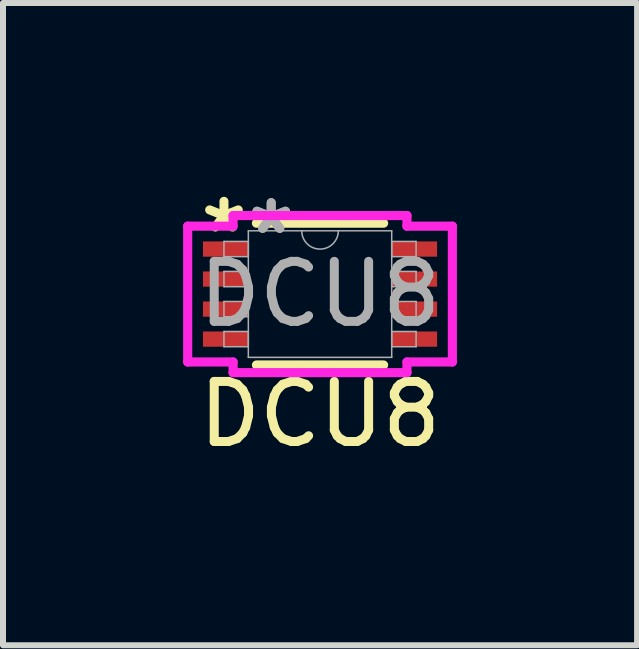
<source format=kicad_pcb>
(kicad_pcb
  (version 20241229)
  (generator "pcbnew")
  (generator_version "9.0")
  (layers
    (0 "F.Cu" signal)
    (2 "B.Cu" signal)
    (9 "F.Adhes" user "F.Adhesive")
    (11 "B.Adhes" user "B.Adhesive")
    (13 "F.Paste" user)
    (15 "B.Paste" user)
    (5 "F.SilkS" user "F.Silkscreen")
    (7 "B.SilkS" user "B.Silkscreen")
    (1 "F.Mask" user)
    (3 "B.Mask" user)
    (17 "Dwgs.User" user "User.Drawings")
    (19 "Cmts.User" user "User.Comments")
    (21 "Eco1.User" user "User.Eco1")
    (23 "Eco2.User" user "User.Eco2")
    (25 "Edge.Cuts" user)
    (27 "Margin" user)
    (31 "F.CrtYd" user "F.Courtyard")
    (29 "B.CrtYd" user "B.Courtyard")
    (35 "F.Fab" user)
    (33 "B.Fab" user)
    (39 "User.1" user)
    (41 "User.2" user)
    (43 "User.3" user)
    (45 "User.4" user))
  (footprint "DCU8"
    (layer "F.Cu")
    (at 2.28 1.848)
    (property "Reference" "DCU8" (at 0 2 0) (unlocked yes) (layer "F.SilkS") (effects (font (size 1 1) (thickness 0.15))))
    (attr smd)
    (fp_line (start -1.059 1.181) (end 1.059 1.181) (stroke (width 0.152) (type solid)) (layer "F.SilkS"))
    (fp_line (start 1.059 -1.181) (end -1.059 -1.181) (stroke (width 0.152) (type solid)) (layer "F.SilkS"))
    (fp_line (start -2.204 -1.131) (end -1.448 -1.131) (stroke (width 0.152) (type solid)) (layer "F.CrtYd"))
    (fp_line (start -2.204 1.131) (end -2.204 -1.131) (stroke (width 0.152) (type solid)) (layer "F.CrtYd"))
    (fp_line (start -2.204 1.131) (end -1.448 1.131) (stroke (width 0.152) (type solid)) (layer "F.CrtYd"))
    (fp_line (start -1.448 -1.308) (end 1.448 -1.308) (stroke (width 0.152) (type solid)) (layer "F.CrtYd"))
    (fp_line (start -1.448 -1.131) (end -1.448 -1.308) (stroke (width 0.152) (type solid)) (layer "F.CrtYd"))
    (fp_line (start -1.448 1.308) (end -1.448 1.131) (stroke (width 0.152) (type solid)) (layer "F.CrtYd"))
    (fp_line (start 1.448 -1.308) (end 1.448 -1.131) (stroke (width 0.152) (type solid)) (layer "F.CrtYd"))
    (fp_line (start 1.448 1.131) (end 1.448 1.308) (stroke (width 0.152) (type solid)) (layer "F.CrtYd"))
    (fp_line (start 1.448 1.308) (end -1.448 1.308) (stroke (width 0.152) (type solid)) (layer "F.CrtYd"))
    (fp_line (start 2.204 -1.131) (end 1.448 -1.131) (stroke (width 0.152) (type solid)) (layer "F.CrtYd"))
    (fp_line (start 2.204 -1.131) (end 2.204 1.131) (stroke (width 0.152) (type solid)) (layer "F.CrtYd"))
    (fp_line (start 2.204 1.131) (end 1.448 1.131) (stroke (width 0.152) (type solid)) (layer "F.CrtYd"))
    (fp_line (start -1.6 -0.877) (end -1.6 -0.623) (stroke (width 0.025) (type solid)) (layer "F.Fab"))
    (fp_line (start -1.6 -0.623) (end -1.194 -0.623) (stroke (width 0.025) (type solid)) (layer "F.Fab"))
    (fp_line (start -1.6 -0.377) (end -1.6 -0.123) (stroke (width 0.025) (type solid)) (layer "F.Fab"))
    (fp_line (start -1.6 -0.123) (end -1.194 -0.123) (stroke (width 0.025) (type solid)) (layer "F.Fab"))
    (fp_line (start -1.6 0.123) (end -1.6 0.377) (stroke (width 0.025) (type solid)) (layer "F.Fab"))
    (fp_line (start -1.6 0.377) (end -1.194 0.377) (stroke (width 0.025) (type solid)) (layer "F.Fab"))
    (fp_line (start -1.6 0.623) (end -1.6 0.877) (stroke (width 0.025) (type solid)) (layer "F.Fab"))
    (fp_line (start -1.6 0.877) (end -1.194 0.877) (stroke (width 0.025) (type solid)) (layer "F.Fab"))
    (fp_line (start -1.194 -1.054) (end -1.194 1.054) (stroke (width 0.025) (type solid)) (layer "F.Fab"))
    (fp_line (start -1.194 -0.877) (end -1.6 -0.877) (stroke (width 0.025) (type solid)) (layer "F.Fab"))
    (fp_line (start -1.194 -0.623) (end -1.194 -0.877) (stroke (width 0.025) (type solid)) (layer "F.Fab"))
    (fp_line (start -1.194 -0.377) (end -1.6 -0.377) (stroke (width 0.025) (type solid)) (layer "F.Fab"))
    (fp_line (start -1.194 -0.123) (end -1.194 -0.377) (stroke (width 0.025) (type solid)) (layer "F.Fab"))
    (fp_line (start -1.194 0.123) (end -1.6 0.123) (stroke (width 0.025) (type solid)) (layer "F.Fab"))
    (fp_line (start -1.194 0.377) (end -1.194 0.123) (stroke (width 0.025) (type solid)) (layer "F.Fab"))
    (fp_line (start -1.194 0.623) (end -1.6 0.623) (stroke (width 0.025) (type solid)) (layer "F.Fab"))
    (fp_line (start -1.194 0.877) (end -1.194 0.623) (stroke (width 0.025) (type solid)) (layer "F.Fab"))
    (fp_line (start -1.194 1.054) (end 1.194 1.054) (stroke (width 0.025) (type solid)) (layer "F.Fab"))
    (fp_line (start 1.194 -1.054) (end -1.194 -1.054) (stroke (width 0.025) (type solid)) (layer "F.Fab"))
    (fp_line (start 1.194 -0.877) (end 1.194 -0.623) (stroke (width 0.025) (type solid)) (layer "F.Fab"))
    (fp_line (start 1.194 -0.623) (end 1.6 -0.623) (stroke (width 0.025) (type solid)) (layer "F.Fab"))
    (fp_line (start 1.194 -0.377) (end 1.194 -0.123) (stroke (width 0.025) (type solid)) (layer "F.Fab"))
    (fp_line (start 1.194 -0.123) (end 1.6 -0.123) (stroke (width 0.025) (type solid)) (layer "F.Fab"))
    (fp_line (start 1.194 0.123) (end 1.194 0.377) (stroke (width 0.025) (type solid)) (layer "F.Fab"))
    (fp_line (start 1.194 0.377) (end 1.6 0.377) (stroke (width 0.025) (type solid)) (layer "F.Fab"))
    (fp_line (start 1.194 0.623) (end 1.194 0.877) (stroke (width 0.025) (type solid)) (layer "F.Fab"))
    (fp_line (start 1.194 0.877) (end 1.6 0.877) (stroke (width 0.025) (type solid)) (layer "F.Fab"))
    (fp_line (start 1.194 1.054) (end 1.194 -1.054) (stroke (width 0.025) (type solid)) (layer "F.Fab"))
    (fp_line (start 1.6 -0.877) (end 1.194 -0.877) (stroke (width 0.025) (type solid)) (layer "F.Fab"))
    (fp_line (start 1.6 -0.623) (end 1.6 -0.877) (stroke (width 0.025) (type solid)) (layer "F.Fab"))
    (fp_line (start 1.6 -0.377) (end 1.194 -0.377) (stroke (width 0.025) (type solid)) (layer "F.Fab"))
    (fp_line (start 1.6 -0.123) (end 1.6 -0.377) (stroke (width 0.025) (type solid)) (layer "F.Fab"))
    (fp_line (start 1.6 0.123) (end 1.194 0.123) (stroke (width 0.025) (type solid)) (layer "F.Fab"))
    (fp_line (start 1.6 0.377) (end 1.6 0.123) (stroke (width 0.025) (type solid)) (layer "F.Fab"))
    (fp_line (start 1.6 0.623) (end 1.194 0.623) (stroke (width 0.025) (type solid)) (layer "F.Fab"))
    (fp_line (start 1.6 0.877) (end 1.6 0.623) (stroke (width 0.025) (type solid)) (layer "F.Fab"))
    (fp_arc (start 0.3048 -1.0541) (mid 0 -0.7493) (end -0.3048 -1.0541) (stroke (width 0.0254) (type solid)) (layer "F.Fab"))
    (fp_text user "*" (at -1.6 -1 0) (unlocked yes) (layer "F.SilkS") (effects (font (size 1 1) (thickness 0.15))))
    (fp_text user "*" (at -0.813 -0.978 0) (layer "F.Fab") (effects (font (size 1 1) (thickness 0.15))))
    (fp_text user "*" (at -0.813 -0.978 0) (unlocked yes) (layer "F.Fab") (effects (font (size 1 1) (thickness 0.15))))
    (fp_text user "${REFERENCE}" (at 0 0 0) (unlocked yes) (layer "F.Fab") (effects (font (size 1 1) (thickness 0.15))))
    (pad "1" smd rect (at -1.572 -0.75) (size 0.756 0.254) (layers "F.Cu" "F.Mask" "F.Paste"))
    (pad "2" smd rect (at -1.572 -0.25) (size 0.756 0.254) (layers "F.Cu" "F.Mask" "F.Paste"))
    (pad "3" smd rect (at -1.572 0.25) (size 0.756 0.254) (layers "F.Cu" "F.Mask" "F.Paste"))
    (pad "4" smd rect (at -1.572 0.75) (size 0.756 0.254) (layers "F.Cu" "F.Mask" "F.Paste"))
    (pad "5" smd rect (at 1.572 0.75) (size 0.756 0.254) (layers "F.Cu" "F.Mask" "F.Paste"))
    (pad "6" smd rect (at 1.572 0.25) (size 0.756 0.254) (layers "F.Cu" "F.Mask" "F.Paste"))
    (pad "7" smd rect (at 1.572 -0.25) (size 0.756 0.254) (layers "F.Cu" "F.Mask" "F.Paste"))
    (pad "8" smd rect (at 1.572 -0.75) (size 0.756 0.254) (layers "F.Cu" "F.Mask" "F.Paste")))
  (gr_rect
    (start -3 -3)
    (end 7.561 7.697)
    (stroke (width 0.1) (type default))
    (fill no)
    (layer "Edge.Cuts")))
</source>
